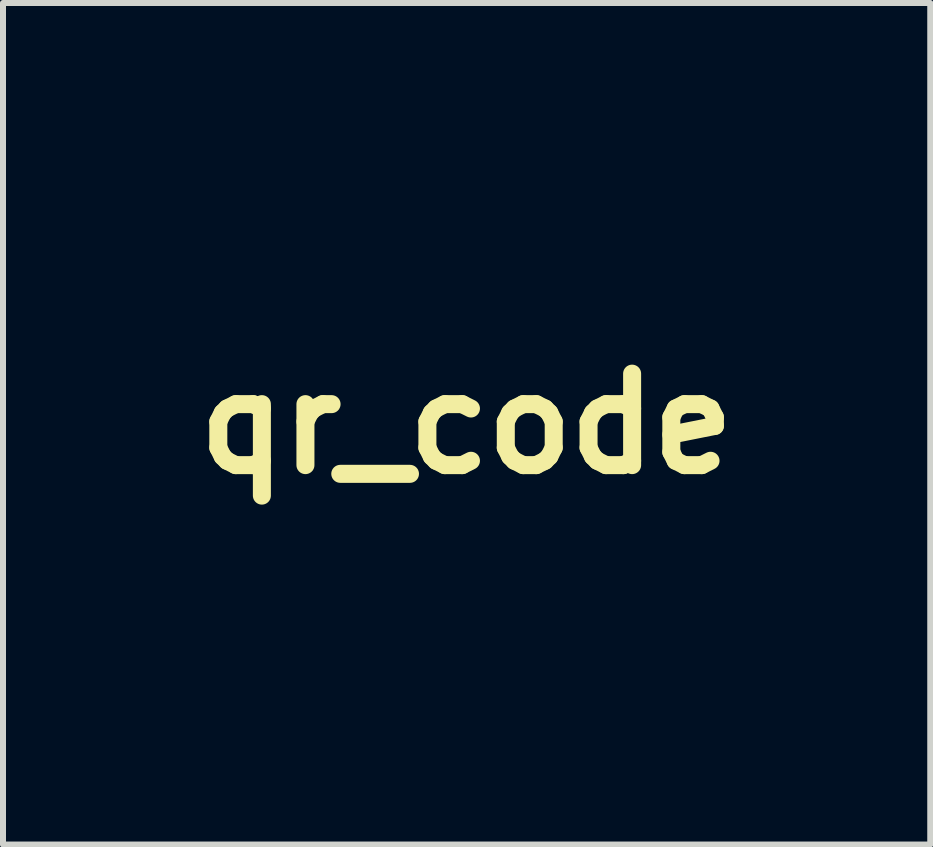
<source format=kicad_pcb>
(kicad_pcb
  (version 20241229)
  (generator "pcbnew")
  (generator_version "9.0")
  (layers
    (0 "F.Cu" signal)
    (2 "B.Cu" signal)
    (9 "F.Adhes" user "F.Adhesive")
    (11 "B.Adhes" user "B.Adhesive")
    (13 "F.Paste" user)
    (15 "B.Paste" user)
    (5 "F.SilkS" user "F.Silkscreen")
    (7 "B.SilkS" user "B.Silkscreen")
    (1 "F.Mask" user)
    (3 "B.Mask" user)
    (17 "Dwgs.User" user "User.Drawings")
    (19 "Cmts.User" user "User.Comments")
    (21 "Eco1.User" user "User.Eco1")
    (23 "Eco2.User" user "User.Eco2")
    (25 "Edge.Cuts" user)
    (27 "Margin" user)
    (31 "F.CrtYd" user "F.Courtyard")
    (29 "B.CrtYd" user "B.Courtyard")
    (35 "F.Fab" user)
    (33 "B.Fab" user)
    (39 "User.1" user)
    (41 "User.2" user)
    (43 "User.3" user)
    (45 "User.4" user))
  (footprint "qr_code"
    (layer "F.Cu")
    (at 4.724 4.01)
    (property "Reference" "qr_code" (at 0 0 0) (layer "F.SilkS") (effects (font (size 1.524 1.524) (thickness 0.3))))
    (attr through_hole)
    (fp_poly (pts (xy -4.005 -1.856) (xy -4.005 -2.052) (xy -3.81 -2.052) (xy -3.81 -1.856) (xy -4.005 -1.856)) (stroke (width 0.01) (type solid)) (fill yes) (layer "F.Mask"))
    (fp_poly (pts (xy -4.005 1.661) (xy -4.005 1.465) (xy -3.81 1.465) (xy -3.81 1.661) (xy -4.005 1.661)) (stroke (width 0.01) (type solid)) (fill yes) (layer "F.Mask"))
    (fp_poly (pts (xy -3.419 0.488) (xy -3.224 0.488) (xy -3.224 0.684) (xy -3.419 0.684) (xy -3.419 0.488)) (stroke (width 0.01) (type solid)) (fill yes) (layer "F.Mask"))
    (fp_poly (pts (xy -3.419 2.442) (xy -3.615 2.442) (xy -3.615 2.247) (xy -3.419 2.247) (xy -3.419 2.442)) (stroke (width 0.01) (type solid)) (fill yes) (layer "F.Mask"))
    (fp_poly (pts (xy -3.028 -3.028) (xy -3.615 -3.028) (xy -3.615 -3.615) (xy -3.028 -3.615) (xy -3.028 -3.028)) (stroke (width 0.01) (type solid)) (fill yes) (layer "F.Mask"))
    (fp_poly (pts (xy -3.028 0.879) (xy -3.224 0.879) (xy -3.224 0.684) (xy -3.028 0.684) (xy -3.028 0.879)) (stroke (width 0.01) (type solid)) (fill yes) (layer "F.Mask"))
    (fp_poly (pts (xy -3.028 2.442) (xy -3.224 2.442) (xy -3.224 2.247) (xy -3.028 2.247) (xy -3.028 2.442)) (stroke (width 0.01) (type solid)) (fill yes) (layer "F.Mask"))
    (fp_poly (pts (xy -3.028 3.615) (xy -3.615 3.615) (xy -3.615 3.028) (xy -3.028 3.028) (xy -3.028 3.615)) (stroke (width 0.01) (type solid)) (fill yes) (layer "F.Mask"))
    (fp_poly (pts (xy -2.833 -2.247) (xy -2.833 -2.442) (xy -2.442 -2.442) (xy -2.442 -2.247) (xy -2.833 -2.247)) (stroke (width 0.01) (type solid)) (fill yes) (layer "F.Mask"))
    (fp_poly (pts (xy -2.638 -1.075) (xy -2.833 -1.075) (xy -2.833 -1.27) (xy -2.638 -1.27) (xy -2.638 -1.075)) (stroke (width 0.01) (type solid)) (fill yes) (layer "F.Mask"))
    (fp_poly (pts (xy -2.442 -2.247) (xy -2.247 -2.247) (xy -2.247 -2.052) (xy -2.442 -2.052) (xy -2.442 -2.247)) (stroke (width 0.01) (type solid)) (fill yes) (layer "F.Mask"))
    (fp_poly (pts (xy -2.247 0.879) (xy -2.247 1.075) (xy -2.638 1.075) (xy -2.638 0.879) (xy -2.247 0.879)) (stroke (width 0.01) (type solid)) (fill yes) (layer "F.Mask"))
    (fp_poly (pts (xy -2.052 -0.098) (xy -1.856 -0.098) (xy -1.856 0.293) (xy -2.052 0.293) (xy -2.052 -0.098)) (stroke (width 0.01) (type solid)) (fill yes) (layer "F.Mask"))
    (fp_poly (pts (xy -2.052 0.293) (xy -2.052 0.488) (xy -2.247 0.488) (xy -2.247 0.293) (xy -2.052 0.293)) (stroke (width 0.01) (type solid)) (fill yes) (layer "F.Mask"))
    (fp_poly (pts (xy -2.052 3.028) (xy -1.856 3.028) (xy -1.856 3.224) (xy -2.052 3.224) (xy -2.052 3.028)) (stroke (width 0.01) (type solid)) (fill yes) (layer "F.Mask"))
    (fp_poly (pts (xy -1.856 1.27) (xy -2.052 1.27) (xy -2.052 1.075) (xy -1.856 1.075) (xy -1.856 1.27)) (stroke (width 0.01) (type solid)) (fill yes) (layer "F.Mask"))
    (fp_poly (pts (xy -1.856 3.224) (xy -1.661 3.224) (xy -1.661 3.419) (xy -1.856 3.419) (xy -1.856 3.224)) (stroke (width 0.01) (type solid)) (fill yes) (layer "F.Mask"))
    (fp_poly (pts (xy -1.661 -2.052) (xy -1.465 -2.052) (xy -1.465 -1.856) (xy -1.661 -1.856) (xy -1.661 -2.052)) (stroke (width 0.01) (type solid)) (fill yes) (layer "F.Mask"))
    (fp_poly (pts (xy -1.27 1.856) (xy -1.465 1.856) (xy -1.465 1.661) (xy -1.27 1.661) (xy -1.27 1.856)) (stroke (width 0.01) (type solid)) (fill yes) (layer "F.Mask"))
    (fp_poly (pts (xy -0.684 -3.028) (xy -0.879 -3.028) (xy -0.879 -3.224) (xy -0.684 -3.224) (xy -0.684 -3.028)) (stroke (width 0.01) (type solid)) (fill yes) (layer "F.Mask"))
    (fp_poly (pts (xy -0.293 -3.224) (xy -0.098 -3.224) (xy -0.098 -2.833) (xy -0.293 -2.833) (xy -0.293 -3.224)) (stroke (width 0.01) (type solid)) (fill yes) (layer "F.Mask"))
    (fp_poly (pts (xy -0.293 -2.638) (xy -0.488 -2.638) (xy -0.488 -2.833) (xy -0.293 -2.833) (xy -0.293 -2.638)) (stroke (width 0.01) (type solid)) (fill yes) (layer "F.Mask"))
    (fp_poly (pts (xy 0.488 2.833) (xy 0.488 3.028) (xy 0.098 3.028) (xy 0.098 2.833) (xy 0.488 2.833)) (stroke (width 0.01) (type solid)) (fill yes) (layer "F.Mask"))
    (fp_poly (pts (xy 0.684 -3.028) (xy 0.684 -3.224) (xy 0.879 -3.224) (xy 0.879 -3.028) (xy 0.684 -3.028)) (stroke (width 0.01) (type solid)) (fill yes) (layer "F.Mask"))
    (fp_poly (pts (xy 0.684 -0.488) (xy 0.684 -0.684) (xy 0.879 -0.684) (xy 0.879 -0.488) (xy 0.684 -0.488)) (stroke (width 0.01) (type solid)) (fill yes) (layer "F.Mask"))
    (fp_poly (pts (xy 0.879 -2.638) (xy 0.684 -2.638) (xy 0.684 -2.833) (xy 0.879 -2.833) (xy 0.879 -2.638)) (stroke (width 0.01) (type solid)) (fill yes) (layer "F.Mask"))
    (fp_poly (pts (xy 1.27 2.247) (xy 1.465 2.247) (xy 1.465 2.442) (xy 1.27 2.442) (xy 1.27 2.247)) (stroke (width 0.01) (type solid)) (fill yes) (layer "F.Mask"))
    (fp_poly (pts (xy 1.465 -2.247) (xy 1.465 -2.442) (xy 1.856 -2.442) (xy 1.856 -2.247) (xy 1.465 -2.247)) (stroke (width 0.01) (type solid)) (fill yes) (layer "F.Mask"))
    (fp_poly (pts (xy 1.661 -2.638) (xy 1.465 -2.638) (xy 1.465 -2.833) (xy 1.661 -2.833) (xy 1.661 -2.638)) (stroke (width 0.01) (type solid)) (fill yes) (layer "F.Mask"))
    (fp_poly (pts (xy 1.661 -1.661) (xy 1.661 -1.856) (xy 1.856 -1.856) (xy 1.856 -1.661) (xy 1.661 -1.661)) (stroke (width 0.01) (type solid)) (fill yes) (layer "F.Mask"))
    (fp_poly (pts (xy 1.856 -4.005) (xy 2.052 -4.005) (xy 2.052 -3.81) (xy 1.856 -3.81) (xy 1.856 -4.005)) (stroke (width 0.01) (type solid)) (fill yes) (layer "F.Mask"))
    (fp_poly (pts (xy 1.856 3.81) (xy 1.856 3.615) (xy 2.052 3.615) (xy 2.052 3.81) (xy 1.856 3.81)) (stroke (width 0.01) (type solid)) (fill yes) (layer "F.Mask"))
    (fp_poly (pts (xy 2.052 -3.81) (xy 2.247 -3.81) (xy 2.247 -3.615) (xy 2.052 -3.615) (xy 2.052 -3.81)) (stroke (width 0.01) (type solid)) (fill yes) (layer "F.Mask"))
    (fp_poly (pts (xy 2.052 -2.638) (xy 1.856 -2.638) (xy 1.856 -2.833) (xy 2.052 -2.833) (xy 2.052 -2.638)) (stroke (width 0.01) (type solid)) (fill yes) (layer "F.Mask"))
    (fp_poly (pts (xy 2.052 -1.661) (xy 2.052 -1.465) (xy 1.856 -1.465) (xy 1.856 -1.661) (xy 2.052 -1.661)) (stroke (width 0.01) (type solid)) (fill yes) (layer "F.Mask"))
    (fp_poly (pts (xy 2.247 -0.098) (xy 2.442 -0.098) (xy 2.442 0.098) (xy 2.247 0.098) (xy 2.247 -0.098)) (stroke (width 0.01) (type solid)) (fill yes) (layer "F.Mask"))
    (fp_poly (pts (xy 2.442 -2.052) (xy 2.638 -2.052) (xy 2.638 -1.856) (xy 2.442 -1.856) (xy 2.442 -2.052)) (stroke (width 0.01) (type solid)) (fill yes) (layer "F.Mask"))
    (fp_poly (pts (xy 2.442 3.419) (xy 2.638 3.419) (xy 2.638 3.81) (xy 2.442 3.81) (xy 2.442 3.419)) (stroke (width 0.01) (type solid)) (fill yes) (layer "F.Mask"))
    (fp_poly (pts (xy 2.442 3.81) (xy 2.442 4.005) (xy 2.052 4.005) (xy 2.052 3.81) (xy 2.442 3.81)) (stroke (width 0.01) (type solid)) (fill yes) (layer "F.Mask"))
    (fp_poly (pts (xy 2.833 2.833) (xy 2.638 2.833) (xy 2.638 2.638) (xy 2.833 2.638) (xy 2.833 2.833)) (stroke (width 0.01) (type solid)) (fill yes) (layer "F.Mask"))
    (fp_poly (pts (xy 2.833 4.005) (xy 2.638 4.005) (xy 2.638 3.81) (xy 2.833 3.81) (xy 2.833 4.005)) (stroke (width 0.01) (type solid)) (fill yes) (layer "F.Mask"))
    (fp_poly (pts (xy 3.224 -2.442) (xy 3.615 -2.442) (xy 3.615 -2.247) (xy 3.224 -2.247) (xy 3.224 -2.442)) (stroke (width 0.01) (type solid)) (fill yes) (layer "F.Mask"))
    (fp_poly (pts (xy 3.419 -2.052) (xy 3.615 -2.052) (xy 3.615 -1.856) (xy 3.419 -1.856) (xy 3.419 -2.052)) (stroke (width 0.01) (type solid)) (fill yes) (layer "F.Mask"))
    (fp_poly (pts (xy 3.615 -3.028) (xy 3.028 -3.028) (xy 3.028 -3.615) (xy 3.615 -3.615) (xy 3.615 -3.028)) (stroke (width 0.01) (type solid)) (fill yes) (layer "F.Mask"))
    (fp_poly (pts (xy 3.81 2.833) (xy 3.615 2.833) (xy 3.615 2.638) (xy 3.81 2.638) (xy 3.81 2.833)) (stroke (width 0.01) (type solid)) (fill yes) (layer "F.Mask"))
    (fp_poly (pts (xy 4.005 -0.098) (xy 3.81 -0.098) (xy 3.81 -0.488) (xy 4.005 -0.488) (xy 4.005 -0.098)) (stroke (width 0.01) (type solid)) (fill yes) (layer "F.Mask"))
    (fp_poly (pts (xy -3.419 1.27) (xy -3.419 0.879) (xy -3.224 0.879) (xy -3.224 1.075) (xy -2.638 1.075) (xy -2.638 1.27) (xy -3.419 1.27)) (stroke (width 0.01) (type solid)) (fill yes) (layer "F.Mask"))
    (fp_poly (pts (xy -1.661 -1.661) (xy -2.247 -1.661) (xy -2.247 -2.052) (xy -2.052 -2.052) (xy -2.052 -1.856) (xy -1.661 -1.856) (xy -1.661 -1.661)) (stroke (width 0.01) (type solid)) (fill yes) (layer "F.Mask"))
    (fp_poly (pts (xy -0.488 -3.224) (xy -0.488 -3.419) (xy -0.684 -3.419) (xy -0.684 -3.615) (xy -0.293 -3.615) (xy -0.293 -3.224) (xy -0.488 -3.224)) (stroke (width 0.01) (type solid)) (fill yes) (layer "F.Mask"))
    (fp_poly (pts (xy 1.856 -3.615) (xy 2.052 -3.615) (xy 2.052 -3.419) (xy 1.465 -3.419) (xy 1.465 -3.81) (xy 1.856 -3.81) (xy 1.856 -3.615)) (stroke (width 0.01) (type solid)) (fill yes) (layer "F.Mask"))
    (fp_poly (pts (xy 2.247 -3.028) (xy 1.661 -3.028) (xy 1.661 -3.224) (xy 2.442 -3.224) (xy 2.442 -2.442) (xy 2.247 -2.442) (xy 2.247 -3.028)) (stroke (width 0.01) (type solid)) (fill yes) (layer "F.Mask"))
    (fp_poly (pts (xy 2.247 -2.052) (xy 1.856 -2.052) (xy 1.856 -2.247) (xy 2.052 -2.247) (xy 2.052 -2.442) (xy 2.247 -2.442) (xy 2.247 -2.052)) (stroke (width 0.01) (type solid)) (fill yes) (layer "F.Mask"))
    (fp_poly (pts (xy -3.419 0.879) (xy -3.615 0.879) (xy -3.615 1.27) (xy -4.005 1.27) (xy -4.005 0.293) (xy -3.615 0.293) (xy -3.615 0.488) (xy -3.81 0.488) (xy -3.81 0.684) (xy -3.419 0.684) (xy -3.419 0.879)) (stroke (width 0.01) (type solid)) (fill yes) (layer "F.Mask"))
    (fp_poly (pts (xy 3.419 -1.661) (xy 2.833 -1.661) (xy 2.833 -1.856) (xy 3.028 -1.856) (xy 3.028 -2.052) (xy 2.833 -2.052) (xy 2.833 -2.247) (xy 3.224 -2.247) (xy 3.224 -1.856) (xy 3.419 -1.856) (xy 3.419 -1.661)) (stroke (width 0.01) (type solid)) (fill yes) (layer "F.Mask"))
    (fp_poly (pts (xy -2.638 -2.638) (xy -4.005 -2.638) (xy -4.005 -3.81) (xy -3.81 -3.81) (xy -3.81 -2.833) (xy -2.833 -2.833) (xy -2.833 -3.81) (xy -3.81 -3.81) (xy -4.005 -3.81) (xy -4.005 -4.005) (xy -2.638 -4.005) (xy -2.638 -2.638)) (stroke (width 0.01) (type solid)) (fill yes) (layer "F.Mask"))
    (fp_poly (pts (xy -2.638 4.005) (xy -4.005 4.005) (xy -4.005 2.833) (xy -3.81 2.833) (xy -3.81 3.81) (xy -2.833 3.81) (xy -2.833 2.833) (xy -3.81 2.833) (xy -4.005 2.833) (xy -4.005 2.638) (xy -2.638 2.638) (xy -2.638 4.005)) (stroke (width 0.01) (type solid)) (fill yes) (layer "F.Mask"))
    (fp_poly (pts (xy 4.005 -2.638) (xy 2.638 -2.638) (xy 2.638 -3.81) (xy 2.833 -3.81) (xy 2.833 -2.833) (xy 3.81 -2.833) (xy 3.81 -3.81) (xy 2.833 -3.81) (xy 2.638 -3.81) (xy 2.638 -4.005) (xy 4.005 -4.005) (xy 4.005 -2.638)) (stroke (width 0.01) (type solid)) (fill yes) (layer "F.Mask"))
    (fp_poly (pts (xy 2.052 -1.856) (xy 2.442 -1.856) (xy 2.442 -1.27) (xy 2.247 -1.27) (xy 2.247 -1.075) (xy 1.856 -1.075) (xy 1.856 -1.27) (xy 2.052 -1.27) (xy 2.052 -1.465) (xy 2.247 -1.465) (xy 2.247 -1.661) (xy 2.052 -1.661) (xy 2.052 -1.856)) (stroke (width 0.01) (type solid)) (fill yes) (layer "F.Mask"))
    (fp_poly (pts (xy 0.293 -0.098) (xy 0.293 -0.293) (xy 0.098 -0.293) (xy 0.098 -0.488) (xy 0.488 -0.488) (xy 0.488 0.488) (xy 0.293 0.488) (xy 0.293 0.098) (xy 0.098 0.098) (xy 0.098 0.488) (xy -0.098 0.488) (xy -0.098 0.293) (xy -0.293 0.293) (xy -0.293 0.098) (xy -0.098 0.098) (xy -0.098 -0.098) (xy 0.293 -0.098)) (stroke (width 0.01) (type solid)) (fill yes) (layer "F.Mask"))
    (fp_poly (pts (xy 1.465 -2.052) (xy 1.661 -2.052) (xy 1.661 -1.856) (xy 1.27 -1.856) (xy 1.27 -1.661) (xy 0.684 -1.661) (xy 0.684 -1.856) (xy 0.879 -1.856) (xy 0.879 -2.247) (xy 1.075 -2.247) (xy 1.075 -2.442) (xy 0.879 -2.442) (xy 0.879 -2.638) (xy 1.075 -2.638) (xy 1.075 -2.833) (xy 0.879 -2.833) (xy 0.879 -3.028) (xy 1.27 -3.028) (xy 1.27 -2.247) (xy 1.465 -2.247) (xy 1.465 -2.052)) (stroke (width 0.01) (type solid)) (fill yes) (layer "F.Mask"))
    (fp_poly (pts (xy -3.81 -2.247) (xy -3.419 -2.247) (xy -3.419 -2.442) (xy -3.028 -2.442) (xy -3.028 -2.247) (xy -3.224 -2.247) (xy -3.224 -2.052) (xy -2.442 -2.052) (xy -2.442 -1.856) (xy -2.833 -1.856) (xy -2.833 -1.661) (xy -2.638 -1.661) (xy -2.638 -1.465) (xy -2.833 -1.465) (xy -2.833 -1.27) (xy -3.028 -1.27) (xy -3.028 -1.661) (xy -3.224 -1.661) (xy -3.224 -1.856) (xy -3.419 -1.856) (xy -3.419 -2.052) (xy -3.81 -2.052) (xy -3.81 -2.247)) (stroke (width 0.01) (type solid)) (fill yes) (layer "F.Mask"))
    (fp_poly (pts (xy -2.833 0.879) (xy -2.833 0.684) (xy -3.028 0.684) (xy -3.028 0.488) (xy -2.833 0.488) (xy -2.833 0.684) (xy -2.638 0.684) (xy -2.638 0.488) (xy -2.833 0.488) (xy -2.833 0.293) (xy -2.638 0.293) (xy -2.638 0.098) (xy -2.442 0.098) (xy -2.442 -0.293) (xy -2.052 -0.293) (xy -2.052 -0.098) (xy -2.247 -0.098) (xy -2.247 0.293) (xy -2.442 0.293) (xy -2.442 0.684) (xy -2.638 0.684) (xy -2.638 0.879) (xy -2.833 0.879)) (stroke (width 0.01) (type solid)) (fill yes) (layer "F.Mask"))
    (fp_poly (pts (xy -2.052 3.419) (xy -1.856 3.419) (xy -1.856 3.615) (xy -1.465 3.615) (xy -1.465 3.224) (xy -1.075 3.224) (xy -1.075 3.419) (xy -1.27 3.419) (xy -1.27 3.615) (xy -1.075 3.615) (xy -1.075 3.81) (xy -0.879 3.81) (xy -0.879 4.005) (xy -2.247 4.005) (xy -2.247 3.615) (xy -2.052 3.615) (xy -2.052 3.81) (xy -1.856 3.81) (xy -1.856 3.615) (xy -2.052 3.615) (xy -2.247 3.615) (xy -2.247 3.419) (xy -2.442 3.419) (xy -2.442 3.028) (xy -2.247 3.028) (xy -2.247 3.224) (xy -2.052 3.224) (xy -2.052 3.419)) (stroke (width 0.01) (type solid)) (fill yes) (layer "F.Mask"))
    (fp_poly (pts (xy 1.465 -3.224) (xy 1.075 -3.224) (xy 1.075 -3.419) (xy 0.684 -3.419) (xy 0.684 -3.224) (xy 0.488 -3.224) (xy 0.488 -3.028) (xy 0.098 -3.028) (xy 0.098 -3.224) (xy -0.098 -3.224) (xy -0.098 -3.419) (xy 0.098 -3.419) (xy 0.098 -3.224) (xy 0.293 -3.224) (xy 0.293 -3.419) (xy 0.098 -3.419) (xy -0.098 -3.419) (xy -0.098 -3.615) (xy 0.488 -3.615) (xy 0.488 -3.419) (xy 0.684 -3.419) (xy 0.684 -3.615) (xy 0.488 -3.615) (xy -0.098 -3.615) (xy -0.293 -3.615) (xy -0.293 -3.81) (xy 0.293 -3.81) (xy 0.293 -4.005) (xy 0.488 -4.005) (xy 0.488 -3.81) (xy 0.684 -3.81) (xy 0.684 -3.615) (xy 0.879 -3.615) (xy 0.879 -4.005) (xy 1.27 -4.005) (xy 1.27 -3.419) (xy 1.465 -3.419) (xy 1.465 -3.224)) (stroke (width 0.01) (type solid)) (fill yes) (layer "F.Mask"))
    (fp_poly (pts (xy 2.247 -0.488) (xy 2.247 -0.293) (xy 1.661 -0.293) (xy 1.661 -0.684) (xy 1.856 -0.684) (xy 1.856 -0.488) (xy 2.052 -0.488) (xy 2.052 -0.684) (xy 2.247 -0.684) (xy 2.247 -0.879) (xy 2.442 -0.879) (xy 2.442 -1.27) (xy 2.638 -1.27) (xy 2.638 -1.661) (xy 2.833 -1.661) (xy 2.833 -1.465) (xy 3.615 -1.465) (xy 3.615 -1.856) (xy 4.005 -1.856) (xy 4.005 -1.661) (xy 3.81 -1.661) (xy 3.81 -1.465) (xy 4.005 -1.465) (xy 4.005 -0.879) (xy 3.81 -0.879) (xy 3.81 -0.684) (xy 3.615 -0.684) (xy 3.615 -0.879) (xy 3.224 -0.879) (xy 3.224 -1.075) (xy 3.419 -1.075) (xy 3.615 -1.075) (xy 3.615 -0.879) (xy 3.81 -0.879) (xy 3.81 -1.075) (xy 3.615 -1.075) (xy 3.419 -1.075) (xy 3.419 -1.27) (xy 3.028 -1.27) (xy 3.028 -0.879) (xy 2.833 -0.879) (xy 2.833 -1.075) (xy 2.638 -1.075) (xy 2.638 -0.488) (xy 2.247 -0.488)) (stroke (width 0.01) (type solid)) (fill yes) (layer "F.Mask"))
    (fp_poly (pts (xy -1.075 -1.856) (xy -1.27 -1.856) (xy -1.27 -2.247) (xy -1.075 -2.247) (xy -1.075 -2.052) (xy -0.879 -2.052) (xy -0.879 -1.856) (xy -0.684 -1.856) (xy -0.684 -2.052) (xy -0.488 -2.052) (xy -0.488 -1.856) (xy -0.098 -1.856) (xy -0.098 -2.052) (xy 0.098 -2.052) (xy 0.098 -2.247) (xy -0.293 -2.247) (xy -0.293 -2.052) (xy -0.488 -2.052) (xy -0.684 -2.052) (xy -0.879 -2.052) (xy -0.879 -2.833) (xy -0.684 -2.833) (xy -0.684 -2.442) (xy -0.098 -2.442) (xy -0.098 -2.833) (xy 0.098 -2.833) (xy 0.098 -2.638) (xy 0.293 -2.638) (xy 0.293 -2.833) (xy 0.488 -2.833) (xy 0.488 -2.442) (xy 0.879 -2.442) (xy 0.879 -2.247) (xy 0.488 -2.247) (xy 0.488 -2.052) (xy 0.684 -2.052) (xy 0.684 -1.856) (xy 0.293 -1.856) (xy 0.293 -2.052) (xy 0.098 -2.052) (xy 0.098 -1.856) (xy -0.098 -1.856) (xy -0.098 -1.661) (xy -0.488 -1.661) (xy -0.488 -1.856) (xy -0.684 -1.856) (xy -0.684 -1.661) (xy -1.075 -1.661) (xy -1.075 -1.856)) (stroke (width 0.01) (type solid)) (fill yes) (layer "F.Mask"))
    (fp_poly (pts (xy -3.028 2.052) (xy -2.833 2.052) (xy -2.833 2.247) (xy -2.638 2.247) (xy -2.638 2.052) (xy -2.833 2.052) (xy -3.028 2.052) (xy -3.419 2.052) (xy -3.419 1.856) (xy -3.81 1.856) (xy -3.81 1.661) (xy -3.615 1.661) (xy -3.615 1.465) (xy -3.028 1.465) (xy -3.028 1.856) (xy -2.638 1.856) (xy -2.638 2.052) (xy -2.442 2.052) (xy -2.442 2.442) (xy -2.052 2.442) (xy -2.052 2.247) (xy -1.856 2.247) (xy -1.856 1.856) (xy -2.052 1.856) (xy -2.052 2.052) (xy -2.442 2.052) (xy -2.442 1.856) (xy -2.247 1.856) (xy -2.247 1.465) (xy -2.442 1.465) (xy -2.442 1.661) (xy -2.833 1.661) (xy -2.833 1.465) (xy -2.638 1.465) (xy -2.638 1.27) (xy -2.052 1.27) (xy -2.052 1.661) (xy -1.856 1.661) (xy -1.856 1.27) (xy -1.465 1.27) (xy -1.465 1.661) (xy -1.661 1.661) (xy -1.661 2.052) (xy -1.465 2.052) (xy -1.465 2.247) (xy -1.661 2.247) (xy -1.661 2.638) (xy -1.856 2.638) (xy -1.856 2.442) (xy -2.052 2.442) (xy -2.052 2.833) (xy -2.442 2.833) (xy -2.442 2.442) (xy -2.833 2.442) (xy -2.833 2.247) (xy -3.028 2.247) (xy -3.028 2.052)) (stroke (width 0.01) (type solid)) (fill yes) (layer "F.Mask"))
    (fp_poly (pts (xy 2.247 0.293) (xy 2.052 0.293) (xy 2.052 0.488) (xy 1.856 0.488) (xy 1.856 0.684) (xy 1.465 0.684) (xy 1.465 0.488) (xy 1.27 0.488) (xy 1.27 0.684) (xy 1.075 0.684) (xy 1.075 0.488) (xy 1.27 0.488) (xy 1.27 0.293) (xy 1.465 0.293) (xy 1.465 0.488) (xy 1.661 0.488) (xy 1.661 0.293) (xy 1.465 0.293) (xy 1.27 0.293) (xy 1.075 0.293) (xy 1.075 0.488) (xy 0.879 0.488) (xy 0.879 0.684) (xy 0.684 0.684) (xy 0.684 0.098) (xy 0.879 0.098) (xy 0.879 0.293) (xy 1.075 0.293) (xy 1.075 0.098) (xy 0.879 0.098) (xy 0.684 0.098) (xy 0.684 -0.293) (xy 0.879 -0.293) (xy 0.879 -0.098) (xy 1.075 -0.098) (xy 1.075 -0.293) (xy 0.879 -0.293) (xy 0.879 -0.488) (xy 1.075 -0.488) (xy 1.075 -0.684) (xy 1.27 -0.684) (xy 1.27 -0.488) (xy 1.465 -0.488) (xy 1.465 -0.293) (xy 1.661 -0.293) (xy 1.661 -0.098) (xy 1.075 -0.098) (xy 1.075 0.098) (xy 1.856 0.098) (xy 1.856 0.293) (xy 2.052 0.293) (xy 2.052 0.098) (xy 1.856 0.098) (xy 1.856 -0.098) (xy 2.052 -0.098) (xy 2.052 0.098) (xy 2.247 0.098) (xy 2.247 0.293)) (stroke (width 0.01) (type solid)) (fill yes) (layer "F.Mask"))
    (fp_poly (pts (xy -3.224 0.293) (xy -3.419 0.293) (xy -3.419 0.098) (xy -3.224 0.098) (xy -3.224 -0.098) (xy -4.005 -0.098) (xy -4.005 -0.293) (xy -3.615 -0.293) (xy -3.615 -0.488) (xy -3.81 -0.488) (xy -3.81 -0.684) (xy -3.615 -0.684) (xy -3.615 -0.488) (xy -3.419 -0.488) (xy -3.419 -0.684) (xy -3.028 -0.684) (xy -3.028 -0.488) (xy -2.638 -0.488) (xy -2.638 -0.684) (xy -3.028 -0.684) (xy -3.419 -0.684) (xy -3.615 -0.684) (xy -3.81 -0.684) (xy -4.005 -0.684) (xy -4.005 -0.879) (xy -3.81 -0.879) (xy -3.81 -1.075) (xy -3.615 -1.075) (xy -3.615 -0.879) (xy -3.224 -0.879) (xy -3.224 -1.075) (xy -3.615 -1.075) (xy -3.81 -1.075) (xy -3.81 -1.27) (xy -4.005 -1.27) (xy -4.005 -1.465) (xy -3.81 -1.465) (xy -3.81 -1.856) (xy -3.419 -1.856) (xy -3.419 -1.661) (xy -3.615 -1.661) (xy -3.615 -1.27) (xy -3.028 -1.27) (xy -3.028 -0.879) (xy -2.638 -0.879) (xy -2.638 -1.075) (xy -2.442 -1.075) (xy -2.442 -0.879) (xy -2.247 -0.879) (xy -2.247 -0.684) (xy -2.442 -0.684) (xy -2.442 -0.293) (xy -3.028 -0.293) (xy -3.028 -0.098) (xy -2.638 -0.098) (xy -2.638 0.098) (xy -3.028 0.098) (xy -3.028 0.488) (xy -3.224 0.488) (xy -3.224 0.293)) (stroke (width 0.01) (type solid)) (fill yes) (layer "F.Mask"))
    (fp_poly (pts (xy 1.27 2.638) (xy 1.465 2.638) (xy 1.465 2.833) (xy 1.27 2.833) (xy 1.27 3.028) (xy 1.465 3.028) (xy 1.465 3.419) (xy 1.661 3.419) (xy 1.661 3.81) (xy 1.465 3.81) (xy 1.465 4.005) (xy 1.075 4.005) (xy 1.075 3.81) (xy 0.684 3.81) (xy 0.684 3.615) (xy 0.488 3.615) (xy 0.488 4.005) (xy 0.293 4.005) (xy 0.293 3.81) (xy 0.098 3.81) (xy 0.098 4.005) (xy -0.293 4.005) (xy -0.293 3.81) (xy -0.098 3.81) (xy 0.098 3.81) (xy 0.098 3.615) (xy -0.098 3.615) (xy -0.098 3.81) (xy -0.293 3.81) (xy -0.488 3.81) (xy -0.488 3.615) (xy -0.684 3.615) (xy -0.684 3.419) (xy -0.488 3.419) (xy -0.488 3.615) (xy -0.098 3.615) (xy -0.098 3.419) (xy -0.488 3.419) (xy -0.684 3.419) (xy -0.684 3.028) (xy -0.098 3.028) (xy -0.098 3.419) (xy 0.098 3.419) (xy 0.293 3.419) (xy 0.293 3.615) (xy 0.488 3.615) (xy 0.488 3.419) (xy 0.293 3.419) (xy 0.098 3.419) (xy 0.098 3.224) (xy 0.488 3.224) (xy 0.488 3.419) (xy 0.684 3.419) (xy 0.684 3.615) (xy 1.27 3.615) (xy 1.27 3.419) (xy 0.684 3.419) (xy 0.684 3.224) (xy 1.075 3.224) (xy 1.075 2.833) (xy 0.879 2.833) (xy 0.879 3.028) (xy 0.684 3.028) (xy 0.684 2.638) (xy 1.075 2.638) (xy 1.075 2.442) (xy 1.27 2.442) (xy 1.27 2.638)) (stroke (width 0.01) (type solid)) (fill yes) (layer "F.Mask"))
    (fp_poly (pts (xy -0.684 -3.81) (xy -0.684 -3.615) (xy -0.879 -3.615) (xy -0.879 -3.224) (xy -1.075 -3.224) (xy -1.075 -2.442) (xy -1.27 -2.442) (xy -1.27 -2.247) (xy -1.661 -2.247) (xy -1.661 -2.052) (xy -2.052 -2.052) (xy -2.052 -2.247) (xy -2.247 -2.247) (xy -2.247 -2.442) (xy -2.052 -2.442) (xy -2.052 -2.247) (xy -1.856 -2.247) (xy -1.856 -2.442) (xy -2.052 -2.442) (xy -2.247 -2.442) (xy -2.247 -2.638) (xy -2.442 -2.638) (xy -2.442 -2.833) (xy -2.247 -2.833) (xy -2.247 -2.638) (xy -2.052 -2.638) (xy -2.052 -2.833) (xy -2.247 -2.833) (xy -2.247 -3.028) (xy -1.856 -3.028) (xy -1.856 -2.442) (xy -1.661 -2.442) (xy -1.661 -2.833) (xy -1.465 -2.833) (xy -1.465 -2.638) (xy -1.27 -2.638) (xy -1.27 -3.028) (xy -1.465 -3.028) (xy -1.465 -3.224) (xy -1.661 -3.224) (xy -1.661 -3.028) (xy -1.856 -3.028) (xy -2.247 -3.028) (xy -2.247 -3.224) (xy -2.442 -3.224) (xy -2.442 -3.419) (xy -2.247 -3.419) (xy -2.247 -3.224) (xy -1.856 -3.224) (xy -1.856 -3.615) (xy -1.661 -3.615) (xy -1.661 -3.419) (xy -1.465 -3.419) (xy -1.465 -3.224) (xy -1.27 -3.224) (xy -1.27 -3.615) (xy -1.661 -3.615) (xy -1.661 -3.81) (xy -2.052 -3.81) (xy -2.052 -3.419) (xy -2.247 -3.419) (xy -2.442 -3.419) (xy -2.442 -3.615) (xy -2.247 -3.615) (xy -2.247 -3.81) (xy -2.052 -3.81) (xy -2.052 -4.005) (xy -1.465 -4.005) (xy -1.465 -3.81) (xy -1.27 -3.81) (xy -1.075 -3.81) (xy -1.075 -3.615) (xy -0.879 -3.615) (xy -0.879 -3.81) (xy -1.075 -3.81) (xy -1.27 -3.81) (xy -1.27 -4.005) (xy -0.293 -4.005) (xy -0.293 -3.81) (xy -0.684 -3.81)) (stroke (width 0.01) (type solid)) (fill yes) (layer "F.Mask"))
    (fp_poly (pts (xy 0.488 -0.684) (xy 0.488 -0.879) (xy 0.684 -0.879) (xy 0.684 -1.075) (xy 0.488 -1.075) (xy 0.488 -0.879) (xy 0.293 -0.879) (xy 0.293 -0.684) (xy 0.098 -0.684) (xy 0.098 -0.488) (xy -0.098 -0.488) (xy -0.098 -0.098) (xy -0.684 -0.098) (xy -0.684 0.098) (xy -0.879 0.098) (xy -0.879 0.488) (xy -1.075 0.488) (xy -1.075 0.098) (xy -0.879 0.098) (xy -0.879 -0.098) (xy -1.075 -0.098) (xy -1.075 0.098) (xy -1.27 0.098) (xy -1.27 0.293) (xy -1.465 0.293) (xy -1.465 0.879) (xy -1.661 0.879) (xy -1.661 1.075) (xy -1.856 1.075) (xy -1.856 0.879) (xy -2.052 0.879) (xy -2.052 0.488) (xy -1.856 0.488) (xy -1.856 0.684) (xy -1.661 0.684) (xy -1.661 0.098) (xy -1.465 0.098) (xy -1.465 -0.098) (xy -1.661 -0.098) (xy -1.661 -0.293) (xy -1.465 -0.293) (xy -1.465 -0.098) (xy -1.075 -0.098) (xy -1.075 -0.293) (xy -1.465 -0.293) (xy -1.661 -0.293) (xy -1.661 -0.684) (xy -1.856 -0.684) (xy -1.856 -1.075) (xy -2.052 -1.075) (xy -2.052 -0.879) (xy -2.247 -0.879) (xy -2.247 -1.075) (xy -2.442 -1.075) (xy -2.442 -1.27) (xy -1.856 -1.27) (xy -1.856 -1.075) (xy -1.465 -1.075) (xy -1.465 -0.879) (xy -1.27 -0.879) (xy -1.27 -1.075) (xy -1.465 -1.075) (xy -1.465 -1.27) (xy -1.856 -1.27) (xy -2.442 -1.27) (xy -2.638 -1.27) (xy -2.638 -1.465) (xy -1.27 -1.465) (xy -1.27 -1.661) (xy -1.075 -1.661) (xy -1.075 -1.465) (xy -0.879 -1.465) (xy -0.879 -1.27) (xy -1.075 -1.27) (xy -1.075 -0.879) (xy -1.27 -0.879) (xy -1.27 -0.488) (xy -1.075 -0.488) (xy -0.879 -0.488) (xy -0.879 -0.293) (xy -0.293 -0.293) (xy -0.293 -0.488) (xy -0.879 -0.488) (xy -1.075 -0.488) (xy -1.075 -0.684) (xy -0.879 -0.684) (xy -0.879 -0.879) (xy -0.684 -0.879) (xy -0.684 -0.684) (xy -0.293 -0.684) (xy -0.293 -0.488) (xy -0.098 -0.488) (xy -0.098 -0.684) (xy -0.293 -0.684) (xy -0.293 -0.879) (xy -0.098 -0.879) (xy -0.098 -0.684) (xy 0.098 -0.684) (xy 0.098 -0.879) (xy -0.098 -0.879) (xy -0.293 -0.879) (xy -0.293 -1.075) (xy -0.488 -1.075) (xy -0.488 -0.879) (xy -0.684 -0.879) (xy -0.879 -0.879) (xy -0.879 -1.075) (xy -0.488 -1.075) (xy -0.488 -1.27) (xy -0.684 -1.27) (xy -0.684 -1.465) (xy -0.293 -1.465) (xy -0.293 -1.27) (xy -0.098 -1.27) (xy -0.098 -1.465) (xy 0.098 -1.465) (xy 0.098 -1.075) (xy 0.488 -1.075) (xy 0.488 -1.27) (xy 0.879 -1.27) (xy 0.879 -1.075) (xy 1.075 -1.075) (xy 1.075 -1.27) (xy 0.879 -1.27) (xy 0.488 -1.27) (xy 0.488 -1.465) (xy 0.098 -1.465) (xy 0.098 -1.661) (xy 0.684 -1.661) (xy 0.684 -1.465) (xy 1.27 -1.465) (xy 1.27 -1.075) (xy 1.465 -1.075) (xy 1.465 -1.465) (xy 1.27 -1.465) (xy 1.27 -1.661) (xy 1.661 -1.661) (xy 1.661 -1.075) (xy 1.465 -1.075) (xy 1.465 -0.879) (xy 1.27 -0.879) (xy 1.27 -1.075) (xy 1.075 -1.075) (xy 1.075 -0.879) (xy 0.684 -0.879) (xy 0.684 -0.684) (xy 0.488 -0.684)) (stroke (width 0.01) (type solid)) (fill yes) (layer "F.Mask"))
    (fp_poly (pts (xy 2.247 3.419) (xy 2.247 3.224) (xy 2.052 3.224) (xy 2.052 3.419) (xy 1.856 3.419) (xy 1.856 3.224) (xy 1.661 3.224) (xy 1.661 3.028) (xy 1.856 3.028) (xy 1.856 3.224) (xy 2.052 3.224) (xy 2.052 3.028) (xy 1.856 3.028) (xy 1.856 2.833) (xy 2.247 2.833) (xy 2.247 2.638) (xy 1.661 2.638) (xy 1.661 2.247) (xy 1.856 2.247) (xy 1.856 2.442) (xy 2.247 2.442) (xy 2.442 2.442) (xy 2.442 3.028) (xy 3.028 3.028) (xy 3.028 2.442) (xy 2.442 2.442) (xy 2.247 2.442) (xy 2.247 2.247) (xy 2.638 2.247) (xy 3.028 2.247) (xy 3.419 2.247) (xy 3.419 2.052) (xy 3.615 2.052) (xy 3.615 2.247) (xy 3.81 2.247) (xy 3.81 2.052) (xy 3.615 2.052) (xy 3.615 1.856) (xy 3.224 1.856) (xy 3.224 2.052) (xy 3.028 2.052) (xy 3.028 2.247) (xy 2.638 2.247) (xy 2.638 2.052) (xy 2.442 2.052) (xy 2.442 1.856) (xy 2.638 1.856) (xy 2.638 2.052) (xy 3.028 2.052) (xy 3.028 1.856) (xy 2.638 1.856) (xy 2.442 1.856) (xy 2.442 1.661) (xy 2.833 1.661) (xy 2.833 1.465) (xy 2.638 1.465) (xy 2.638 1.075) (xy 2.833 1.075) (xy 2.833 1.27) (xy 3.028 1.27) (xy 3.028 1.661) (xy 3.224 1.661) (xy 3.224 1.075) (xy 2.833 1.075) (xy 2.638 1.075) (xy 2.638 0.684) (xy 3.028 0.684) (xy 3.028 0.879) (xy 3.224 0.879) (xy 3.224 1.075) (xy 3.419 1.075) (xy 3.419 1.27) (xy 3.81 1.27) (xy 3.81 1.075) (xy 3.419 1.075) (xy 3.419 0.879) (xy 3.224 0.879) (xy 3.224 0.684) (xy 3.028 0.684) (xy 2.638 0.684) (xy 2.442 0.684) (xy 2.442 1.27) (xy 2.247 1.27) (xy 2.247 2.052) (xy 2.052 2.052) (xy 2.052 2.247) (xy 1.856 2.247) (xy 1.856 1.856) (xy 2.052 1.856) (xy 2.052 1.661) (xy 1.856 1.661) (xy 1.856 1.856) (xy 1.465 1.856) (xy 1.465 2.052) (xy 1.075 2.052) (xy 1.075 2.247) (xy 0.684 2.247) (xy 0.684 2.442) (xy 0.293 2.442) (xy 0.293 2.638) (xy 0.098 2.638) (xy 0.098 2.833) (xy -0.684 2.833) (xy -0.684 2.442) (xy -0.488 2.442) (xy -0.488 2.638) (xy -0.293 2.638) (xy -0.293 2.442) (xy -0.488 2.442) (xy -0.684 2.442) (xy -0.684 2.052) (xy -0.879 2.052) (xy -0.879 3.028) (xy -1.27 3.028) (xy -1.27 2.833) (xy -1.465 2.833) (xy -1.465 2.638) (xy -1.075 2.638) (xy -1.075 2.247) (xy -1.27 2.247) (xy -1.27 2.052) (xy -1.075 2.052) (xy -1.075 1.661) (xy -0.879 1.661) (xy -0.879 1.856) (xy -0.684 1.856) (xy -0.293 1.856) (xy -0.293 2.052) (xy 0.098 2.052) (xy 0.098 2.442) (xy 0.293 2.442) (xy 0.293 2.247) (xy 0.684 2.247) (xy 0.684 1.661) (xy 0.488 1.661) (xy 0.488 1.465) (xy 0.684 1.465) (xy 0.684 1.661) (xy 0.879 1.661) (xy 0.879 1.465) (xy 0.684 1.465) (xy 0.488 1.465) (xy 0.488 1.27) (xy 0.879 1.27) (xy 1.075 1.27) (xy 1.075 1.465) (xy 1.27 1.465) (xy 1.27 1.856) (xy 1.465 1.856) (xy 1.465 1.27) (xy 1.27 1.27) (xy 1.27 1.075) (xy 0.879 1.075) (xy 0.879 1.27) (xy 0.488 1.27) (xy 0.098 1.27) (xy 0.098 1.661) (xy 0.293 1.661) (xy 0.293 1.856) (xy -0.293 1.856) (xy -0.684 1.856) (xy -0.684 1.661) (xy -0.879 1.661) (xy -1.075 1.661) (xy -1.075 1.465) (xy -0.879 1.465) (xy -0.488 1.465) (xy -0.488 1.27) (xy -0.293 1.27) (xy -0.293 1.465) (xy -0.098 1.465) (xy -0.098 1.27) (xy -0.293 1.27) (xy -0.488 1.27) (xy -0.879 1.27) (xy -0.879 1.465) (xy -1.075 1.465) (xy -1.27 1.465) (xy -1.27 1.27) (xy -1.465 1.27) (xy -1.465 1.075) (xy -1.075 1.075) (xy -1.075 1.27) (xy -0.879 1.27) (xy -0.879 1.075) (xy -1.075 1.075) (xy -1.465 1.075) (xy -1.465 0.879) (xy -1.27 0.879) (xy -1.27 0.488) (xy -1.075 0.488) (xy -1.075 0.684) (xy -0.684 0.684) (xy -0.488 0.684) (xy -0.488 1.075) (xy -0.293 1.075) (xy -0.098 1.075) (xy -0.098 1.27) (xy 0.098 1.27) (xy 0.098 1.075) (xy -0.098 1.075) (xy -0.293 1.075) (xy -0.293 0.879) (xy -0.098 0.879) (xy -0.098 0.684) (xy -0.488 0.684) (xy -0.684 0.684) (xy -0.684 0.098) (xy -0.488 0.098) (xy -0.488 0.488) (xy -0.098 0.488) (xy -0.098 0.684) (xy 0.488 0.684) (xy 0.488 1.075) (xy 0.879 1.075) (xy 0.879 0.879) (xy 1.27 0.879) (xy 1.27 0.684) (xy 1.465 0.684) (xy 1.465 0.879) (xy 1.661 0.879) (xy 1.661 1.661) (xy 1.856 1.661) (xy 1.856 1.27) (xy 2.052 1.27) (xy 2.052 1.075) (xy 2.247 1.075) (xy 2.247 0.488) (xy 2.638 0.488) (xy 2.638 0.293) (xy 2.833 0.293) (xy 2.833 0.488) (xy 3.028 0.488) (xy 3.028 0.293) (xy 2.833 0.293) (xy 2.833 0.098) (xy 2.638 0.098) (xy 2.638 -0.098) (xy 3.028 -0.098) (xy 3.028 0.098) (xy 3.224 0.098) (xy 3.224 -0.098) (xy 3.028 -0.098) (xy 3.028 -0.293) (xy 2.638 -0.293) (xy 2.638 -0.488) (xy 3.028 -0.488) (xy 3.028 -0.684) (xy 3.224 -0.684) (xy 3.224 -0.488) (xy 3.615 -0.488) (xy 3.615 0.293) (xy 3.419 0.293) (xy 3.419 0.098) (xy 3.224 0.098) (xy 3.224 0.488) (xy 3.419 0.488) (xy 3.419 0.879) (xy 3.81 0.879) (xy 3.81 0.488) (xy 4.005 0.488) (xy 4.005 1.465) (xy 3.419 1.465) (xy 3.419 1.661) (xy 3.81 1.661) (xy 3.81 1.856) (xy 4.005 1.856) (xy 4.005 2.442) (xy 3.419 2.442) (xy 3.419 3.028) (xy 4.005 3.028) (xy 4.005 3.81) (xy 3.81 3.81) (xy 3.81 3.615) (xy 3.615 3.615) (xy 3.615 3.81) (xy 3.224 3.81) (xy 3.224 4.005) (xy 3.028 4.005) (xy 3.028 3.615) (xy 2.833 3.615) (xy 2.833 3.224) (xy 3.028 3.224) (xy 3.028 3.419) (xy 3.224 3.419) (xy 3.224 3.615) (xy 3.419 3.615) (xy 3.419 3.419) (xy 3.615 3.419) (xy 3.615 3.224) (xy 3.028 3.224) (xy 2.833 3.224) (xy 2.442 3.224) (xy 2.442 3.419) (xy 2.247 3.419)) (stroke (width 0.01) (type solid)) (fill yes) (layer "F.Mask")))
  (gr_rect
    (start -3 -3)
    (end 12.449 11.021)
    (stroke (width 0.1) (type default))
    (fill no)
    (layer "Edge.Cuts")))
</source>
